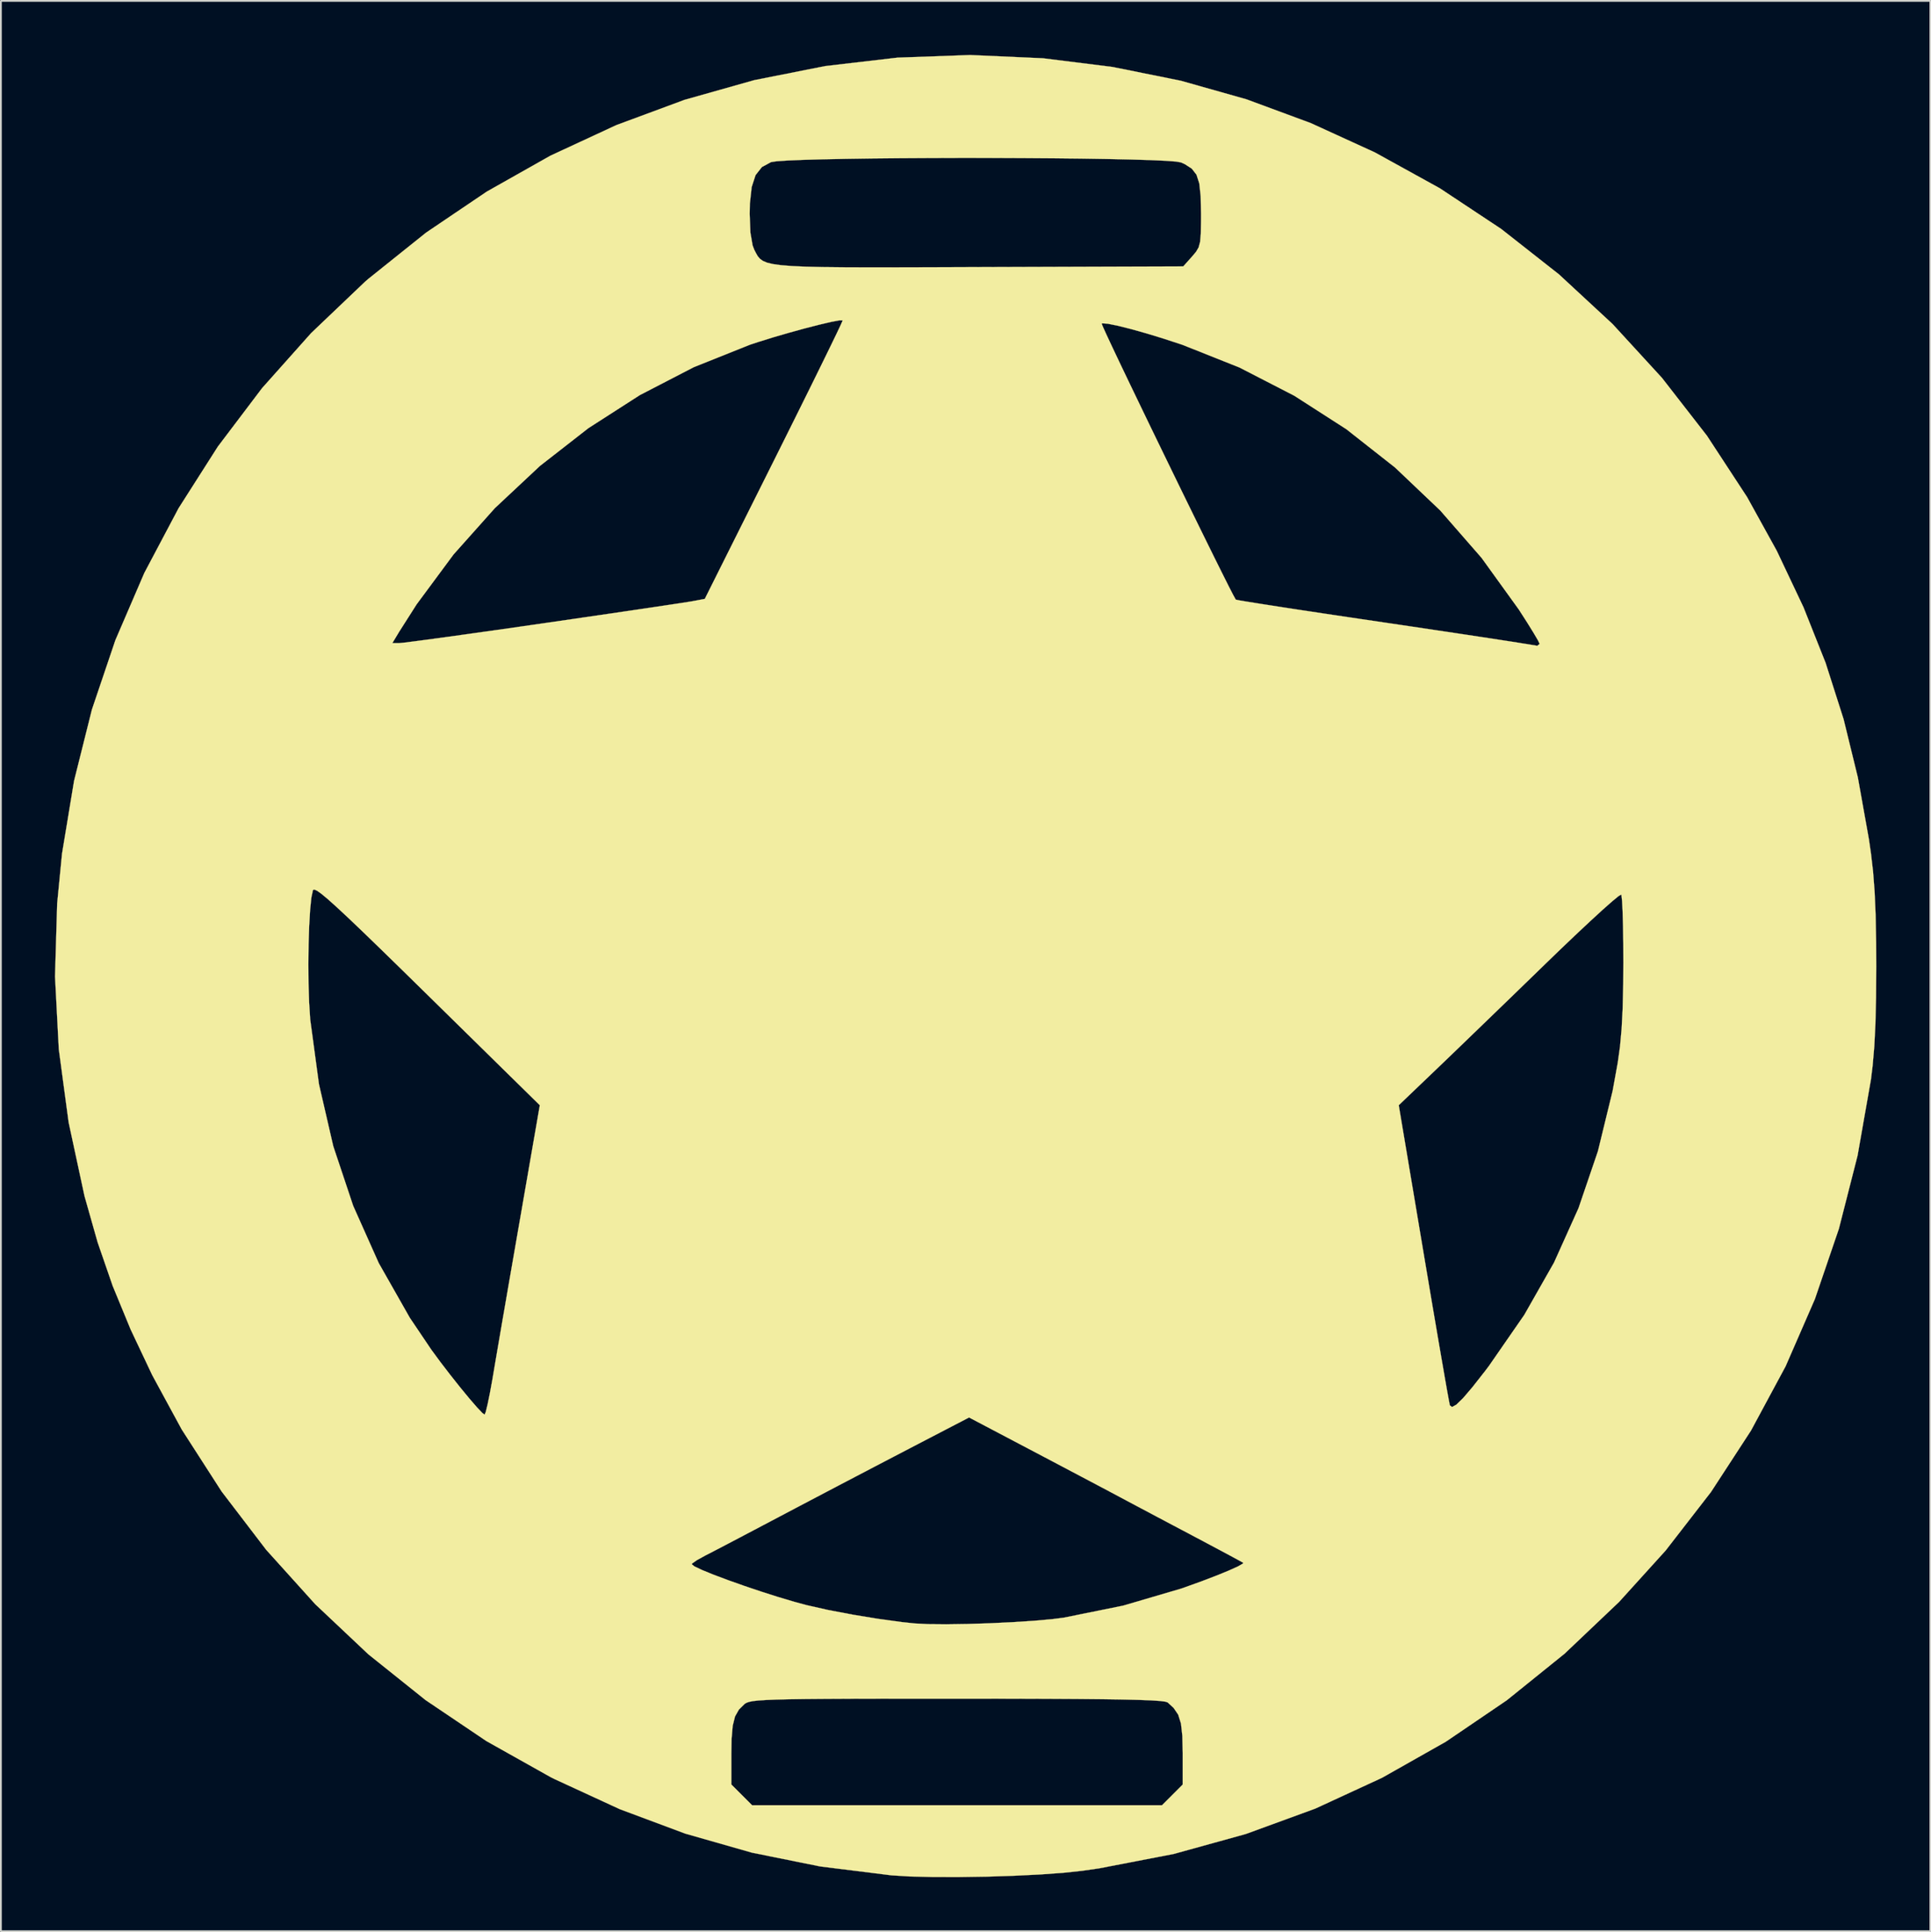
<source format=kicad_pcb>
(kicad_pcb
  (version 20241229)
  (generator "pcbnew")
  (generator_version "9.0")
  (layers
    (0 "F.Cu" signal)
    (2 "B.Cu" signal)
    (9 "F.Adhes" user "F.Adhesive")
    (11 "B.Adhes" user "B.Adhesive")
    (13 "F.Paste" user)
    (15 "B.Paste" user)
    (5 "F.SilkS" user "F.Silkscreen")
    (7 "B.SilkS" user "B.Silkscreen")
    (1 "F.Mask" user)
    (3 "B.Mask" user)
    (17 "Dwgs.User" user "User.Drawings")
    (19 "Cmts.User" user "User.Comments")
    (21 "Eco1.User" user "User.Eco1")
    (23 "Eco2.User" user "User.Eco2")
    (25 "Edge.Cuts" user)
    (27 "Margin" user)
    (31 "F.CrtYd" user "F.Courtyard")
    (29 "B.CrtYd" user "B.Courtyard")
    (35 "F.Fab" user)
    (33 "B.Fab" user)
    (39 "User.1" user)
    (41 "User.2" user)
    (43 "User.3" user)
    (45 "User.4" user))
  (footprint "PCB_Shape_01_150dpi"
    (layer "F.Cu")
    (at 50.595 50.602)
    (property "Reference" "PCB_Shape_01_150dpi" (at 0 0 0) (layer "F.SilkS") (effects (font (size 1.524 1.524) (thickness 0.3))))
    (attr through_hole)
    (fp_poly (pts (xy 4.273 -50.416) (xy 8.128 -49.934) (xy 11.914 -49.17) (xy 15.559 -48.139) (xy 19.13 -46.819) (xy 22.691 -45.191) (xy 26.296 -43.201) (xy 29.706 -40.941) (xy 32.908 -38.424) (xy 35.888 -35.664) (xy 38.632 -32.673) (xy 41.126 -29.466) (xy 43.358 -26.056) (xy 45.006 -23.072) (xy 46.489 -19.938) (xy 47.716 -16.853) (xy 48.713 -13.734) (xy 49.506 -10.495) (xy 50.122 -7.054) (xy 50.236 -6.265) (xy 50.352 -5.263) (xy 50.437 -4.15) (xy 50.493 -2.864) (xy 50.522 -1.347) (xy 50.528 0) (xy 50.517 1.734) (xy 50.482 3.191) (xy 50.42 4.43) (xy 50.327 5.511) (xy 50.236 6.265) (xy 49.491 10.5) (xy 48.453 14.566) (xy 47.122 18.465) (xy 45.495 22.199) (xy 43.572 25.769) (xy 41.352 29.177) (xy 38.835 32.425) (xy 36.246 35.283) (xy 33.222 38.154) (xy 30.015 40.739) (xy 26.634 43.037) (xy 23.087 45.043) (xy 19.381 46.753) (xy 15.523 48.163) (xy 11.523 49.27) (xy 7.388 50.068) (xy 6.435 50.206) (xy 5.394 50.317) (xy 4.103 50.409) (xy 2.646 50.481) (xy 1.108 50.53) (xy -0.428 50.553) (xy -1.877 50.55) (xy -3.155 50.518) (xy -4.149 50.457) (xy -8.104 49.964) (xy -11.902 49.197) (xy -15.595 48.142) (xy -19.236 46.783) (xy -22.875 45.105) (xy -23.072 45.006) (xy -25.41 43.694) (xy -13.039 43.694) (xy -13.039 45.415) (xy -12.463 45.991) (xy -11.887 46.567) (xy 10.871 46.567) (xy 12.023 45.415) (xy 12.023 43.658) (xy 12.002 42.714) (xy 11.926 42.033) (xy 11.772 41.54) (xy 11.517 41.162) (xy 11.184 40.857) (xy 11.049 40.814) (xy 10.751 40.777) (xy 10.268 40.745) (xy 9.584 40.719) (xy 8.679 40.697) (xy 7.535 40.68) (xy 6.132 40.667) (xy 4.452 40.658) (xy 2.476 40.652) (xy 0.185 40.649) (xy -0.508 40.649) (xy -2.764 40.649) (xy -4.705 40.651) (xy -6.356 40.654) (xy -7.742 40.661) (xy -8.887 40.67) (xy -9.815 40.683) (xy -10.551 40.701) (xy -11.118 40.724) (xy -11.542 40.752) (xy -11.847 40.786) (xy -12.057 40.828) (xy -12.197 40.877) (xy -12.291 40.933) (xy -12.299 40.94) (xy -12.62 41.257) (xy -12.836 41.639) (xy -12.964 42.158) (xy -13.026 42.883) (xy -13.039 43.694) (xy -25.41 43.694) (xy -26.641 43.003) (xy -30.018 40.727) (xy -33.189 38.19) (xy -36.142 35.405) (xy -38.143 33.186) (xy -15.24 33.186) (xy -15.087 33.307) (xy -14.665 33.507) (xy -14.028 33.767) (xy -13.231 34.066) (xy -12.33 34.386) (xy -11.377 34.707) (xy -10.43 35.009) (xy -9.541 35.273) (xy -8.845 35.461) (xy -7.672 35.725) (xy -6.305 35.985) (xy -4.887 36.218) (xy -3.563 36.399) (xy -2.879 36.472) (xy -2.12 36.511) (xy -1.108 36.52) (xy 0.072 36.503) (xy 1.335 36.463) (xy 2.597 36.402) (xy 3.774 36.325) (xy 4.78 36.235) (xy 5.419 36.153) (xy 8.715 35.485) (xy 11.921 34.544) (xy 12.121 34.475) (xy 13.057 34.138) (xy 13.899 33.816) (xy 14.596 33.531) (xy 15.1 33.302) (xy 15.36 33.151) (xy 15.381 33.108) (xy 15.221 33.016) (xy 14.808 32.792) (xy 14.192 32.461) (xy 13.418 32.049) (xy 12.536 31.581) (xy 12.531 31.578) (xy 11.545 31.057) (xy 10.569 30.54) (xy 9.68 30.068) (xy 8.954 29.682) (xy 8.551 29.467) (xy 8.055 29.203) (xy 7.32 28.813) (xy 6.407 28.331) (xy 5.377 27.787) (xy 4.291 27.214) (xy 3.763 26.936) (xy 0.16 25.039) (xy -2.672 26.511) (xy -4.843 27.643) (xy -7.016 28.78) (xy -9.29 29.975) (xy -11.762 31.279) (xy -11.769 31.282) (xy -12.592 31.716) (xy -13.375 32.127) (xy -14.034 32.471) (xy -14.487 32.704) (xy -14.52 32.722) (xy -14.942 32.954) (xy -15.201 33.134) (xy -15.24 33.186) (xy -38.143 33.186) (xy -38.863 32.388) (xy -41.338 29.15) (xy -43.554 25.706) (xy -45.191 22.691) (xy -46.391 20.154) (xy -47.388 17.735) (xy -48.223 15.319) (xy -48.94 12.791) (xy -48.958 12.723) (xy -49.835 8.65) (xy -50.379 4.602) (xy -50.59 0.56) (xy -50.57 -0.13) (xy -36.524 -0.13) (xy -36.515 0.968) (xy -36.482 2.003) (xy -36.424 2.906) (xy -36.419 2.963) (xy -35.936 6.537) (xy -35.141 9.98) (xy -34.035 13.29) (xy -32.617 16.466) (xy -30.89 19.507) (xy -29.694 21.281) (xy -29.191 21.964) (xy -28.644 22.676) (xy -28.095 23.368) (xy -27.586 23.986) (xy -27.16 24.478) (xy -26.86 24.793) (xy -26.739 24.882) (xy -26.675 24.729) (xy -26.571 24.304) (xy -26.441 23.667) (xy -26.298 22.883) (xy -26.273 22.733) (xy -26.159 22.059) (xy -26.043 21.379) (xy -25.919 20.656) (xy -25.781 19.851) (xy -25.621 18.927) (xy -25.435 17.848) (xy -25.214 16.576) (xy -24.953 15.073) (xy -24.645 13.301) (xy -24.379 11.769) (xy -23.673 7.705) (xy 24.016 7.705) (xy 25.396 15.917) (xy 25.671 17.548) (xy 25.93 19.08) (xy 26.169 20.481) (xy 26.382 21.718) (xy 26.562 22.757) (xy 26.704 23.566) (xy 26.803 24.111) (xy 26.852 24.359) (xy 26.854 24.367) (xy 26.974 24.458) (xy 27.213 24.329) (xy 27.587 23.966) (xy 28.11 23.353) (xy 28.799 22.476) (xy 29.026 22.176) (xy 30.988 19.342) (xy 32.64 16.436) (xy 33.997 13.421) (xy 35.075 10.259) (xy 35.892 6.911) (xy 36.178 5.334) (xy 36.302 4.443) (xy 36.391 3.466) (xy 36.449 2.336) (xy 36.48 0.986) (xy 36.487 -0.198) (xy 36.483 -1.28) (xy 36.469 -2.248) (xy 36.446 -3.049) (xy 36.417 -3.634) (xy 36.382 -3.95) (xy 36.368 -3.99) (xy 36.222 -3.906) (xy 35.863 -3.611) (xy 35.322 -3.132) (xy 34.628 -2.495) (xy 33.809 -1.727) (xy 32.895 -0.855) (xy 32.255 -0.236) (xy 31.169 0.818) (xy 30.05 1.903) (xy 28.95 2.966) (xy 27.922 3.959) (xy 27.019 4.83) (xy 26.292 5.528) (xy 26.141 5.673) (xy 24.016 7.705) (xy -23.673 7.705) (xy -29.912 1.576) (xy -31.327 0.188) (xy -32.52 -0.976) (xy -33.51 -1.934) (xy -34.315 -2.702) (xy -34.953 -3.296) (xy -35.441 -3.734) (xy -35.798 -4.031) (xy -36.043 -4.204) (xy -36.192 -4.27) (xy -36.265 -4.244) (xy -36.272 -4.23) (xy -36.358 -3.819) (xy -36.427 -3.136) (xy -36.479 -2.249) (xy -36.512 -1.224) (xy -36.524 -0.13) (xy -50.57 -0.13) (xy -50.47 -3.498) (xy -50.202 -6.254) (xy -49.532 -10.304) (xy -48.54 -14.265) (xy -47.294 -17.949) (xy -31.862 -17.949) (xy -31.475 -17.949) (xy -31.231 -17.973) (xy -30.688 -18.041) (xy -29.881 -18.148) (xy -28.845 -18.289) (xy -27.617 -18.46) (xy -26.23 -18.655) (xy -24.722 -18.87) (xy -23.46 -19.052) (xy -21.868 -19.283) (xy -20.36 -19.503) (xy -18.972 -19.706) (xy -17.743 -19.888) (xy -16.708 -20.042) (xy -15.907 -20.163) (xy -15.374 -20.246) (xy -15.173 -20.28) (xy -14.513 -20.405) (xy -10.662 -28.109) (xy -9.915 -29.607) (xy -9.218 -31.01) (xy -8.584 -32.29) (xy -8.028 -33.42) (xy -7.564 -34.369) (xy -7.205 -35.11) (xy -6.967 -35.613) (xy -6.934 -35.688) (xy 7.522 -35.688) (xy 7.582 -35.53) (xy 7.775 -35.104) (xy 8.083 -34.444) (xy 8.49 -33.585) (xy 8.978 -32.564) (xy 9.531 -31.415) (xy 10.13 -30.172) (xy 10.76 -28.873) (xy 11.403 -27.55) (xy 12.041 -26.24) (xy 12.659 -24.978) (xy 13.238 -23.799) (xy 13.761 -22.738) (xy 14.213 -21.83) (xy 14.574 -21.11) (xy 14.829 -20.614) (xy 14.961 -20.377) (xy 14.971 -20.363) (xy 15.146 -20.326) (xy 15.62 -20.246) (xy 16.359 -20.128) (xy 17.326 -19.977) (xy 18.486 -19.799) (xy 19.804 -19.6) (xy 21.243 -19.385) (xy 21.866 -19.293) (xy 24.118 -18.96) (xy 26.055 -18.671) (xy 27.698 -18.425) (xy 29.069 -18.217) (xy 30.186 -18.045) (xy 31.073 -17.905) (xy 31.708 -17.801) (xy 31.834 -17.902) (xy 31.835 -17.916) (xy 31.747 -18.102) (xy 31.507 -18.511) (xy 31.152 -19.085) (xy 30.716 -19.764) (xy 30.679 -19.821) (xy 28.615 -22.682) (xy 26.32 -25.313) (xy 23.81 -27.699) (xy 21.104 -29.827) (xy 18.219 -31.681) (xy 15.174 -33.249) (xy 12.016 -34.506) (xy 11.018 -34.835) (xy 10.05 -35.132) (xy 9.165 -35.381) (xy 8.418 -35.569) (xy 7.864 -35.681) (xy 7.559 -35.702) (xy 7.522 -35.688) (xy -6.934 -35.688) (xy -6.862 -35.851) (xy -6.858 -35.866) (xy -7.052 -35.865) (xy -7.506 -35.78) (xy -8.161 -35.627) (xy -8.955 -35.423) (xy -9.824 -35.184) (xy -10.709 -34.927) (xy -11.547 -34.666) (xy -12.023 -34.508) (xy -15.127 -33.267) (xy -18.12 -31.718) (xy -20.975 -29.884) (xy -23.667 -27.785) (xy -26.17 -25.442) (xy -28.46 -22.875) (xy -30.511 -20.105) (xy -31.48 -18.584) (xy -31.862 -17.949) (xy -47.294 -17.949) (xy -47.236 -18.119) (xy -45.63 -21.848) (xy -43.731 -25.435) (xy -41.548 -28.861) (xy -39.091 -32.108) (xy -36.37 -35.16) (xy -33.393 -37.997) (xy -33.189 -38.175) (xy -29.987 -40.738) (xy -28.453 -41.775) (xy -12.022 -41.775) (xy -11.982 -40.743) (xy -11.86 -40.032) (xy -11.767 -39.789) (xy -11.669 -39.596) (xy -11.573 -39.43) (xy -11.454 -39.288) (xy -11.289 -39.169) (xy -11.054 -39.07) (xy -10.724 -38.991) (xy -10.275 -38.929) (xy -9.682 -38.882) (xy -8.923 -38.848) (xy -7.972 -38.826) (xy -6.806 -38.814) (xy -5.4 -38.809) (xy -3.73 -38.811) (xy -1.772 -38.816) (xy 0.498 -38.824) (xy 0.734 -38.825) (xy 12.051 -38.862) (xy 12.545 -39.415) (xy 12.763 -39.674) (xy 12.905 -39.918) (xy 12.988 -40.225) (xy 13.026 -40.674) (xy 13.038 -41.343) (xy 13.039 -41.79) (xy 13.019 -42.765) (xy 12.943 -43.465) (xy 12.787 -43.953) (xy 12.525 -44.291) (xy 12.135 -44.541) (xy 11.921 -44.637) (xy 11.637 -44.685) (xy 11.05 -44.728) (xy 10.195 -44.766) (xy 9.108 -44.798) (xy 7.824 -44.826) (xy 6.38 -44.848) (xy 4.811 -44.865) (xy 3.152 -44.876) (xy 1.439 -44.883) (xy -0.292 -44.884) (xy -2.007 -44.879) (xy -3.669 -44.87) (xy -5.243 -44.855) (xy -6.693 -44.834) (xy -7.984 -44.808) (xy -9.079 -44.777) (xy -9.945 -44.74) (xy -10.545 -44.698) (xy -10.837 -44.652) (xy -11.342 -44.379) (xy -11.694 -43.932) (xy -11.911 -43.267) (xy -12.011 -42.341) (xy -12.022 -41.775) (xy -28.453 -41.775) (xy -26.612 -43.018) (xy -23.083 -45.01) (xy -19.421 -46.708) (xy -15.644 -48.107) (xy -11.772 -49.201) (xy -7.825 -49.984) (xy -3.822 -50.451) (xy 0.217 -50.597) (xy 4.273 -50.416)) (stroke (width 0.01) (type solid)) (fill yes) (layer "F.SilkS")))
  (gr_rect
    (start -3 -3)
    (end 104.128 104.16)
    (stroke (width 0.1) (type default))
    (fill no)
    (layer "Edge.Cuts")))
</source>
